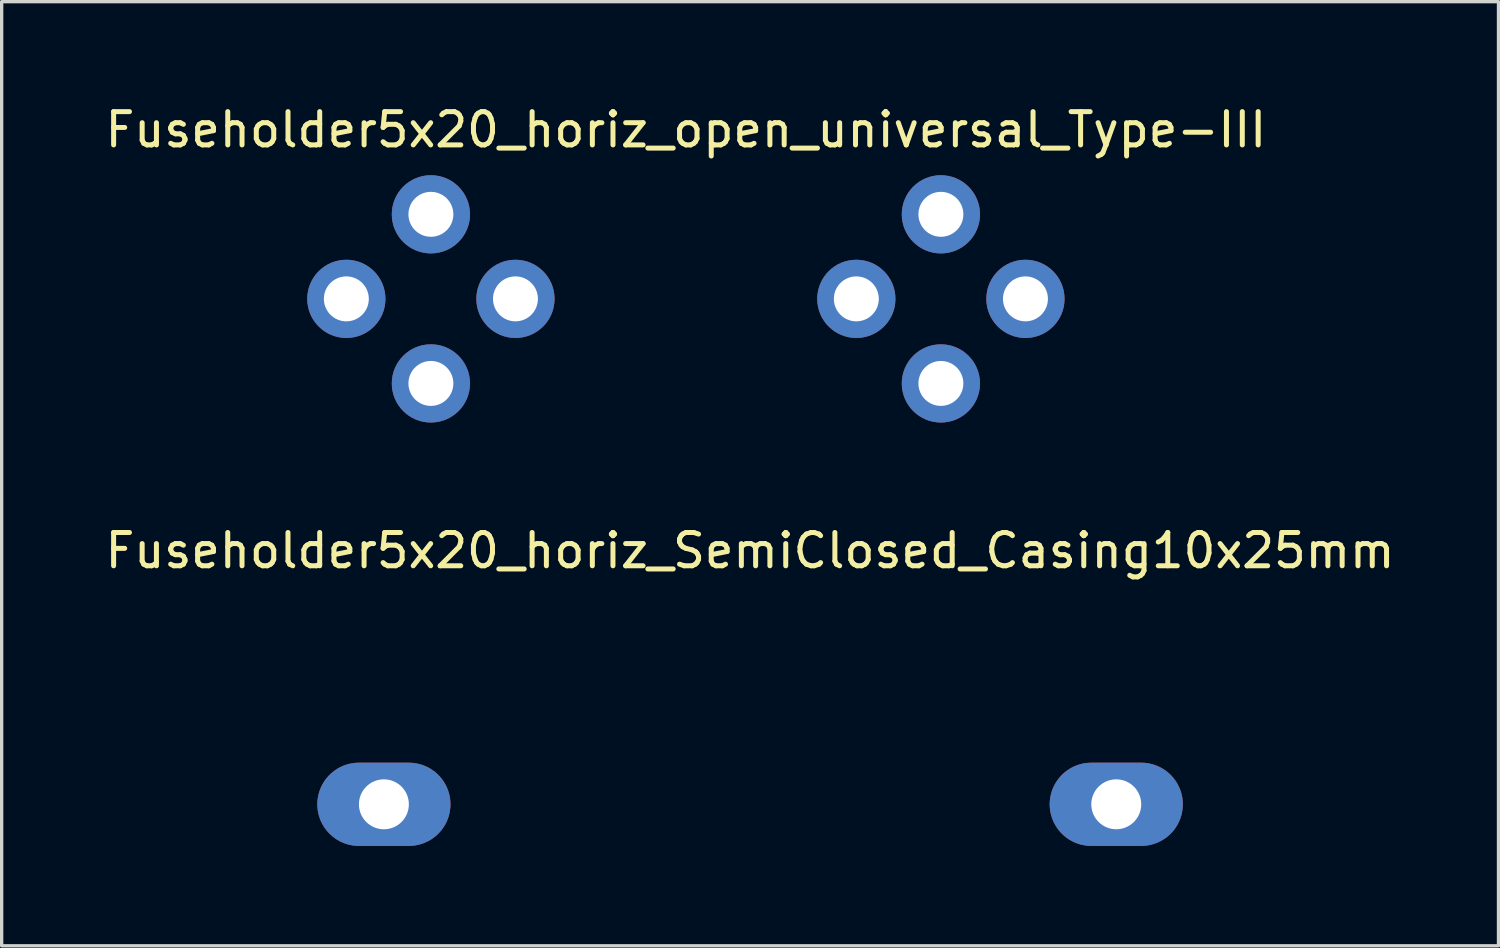
<source format=kicad_pcb>
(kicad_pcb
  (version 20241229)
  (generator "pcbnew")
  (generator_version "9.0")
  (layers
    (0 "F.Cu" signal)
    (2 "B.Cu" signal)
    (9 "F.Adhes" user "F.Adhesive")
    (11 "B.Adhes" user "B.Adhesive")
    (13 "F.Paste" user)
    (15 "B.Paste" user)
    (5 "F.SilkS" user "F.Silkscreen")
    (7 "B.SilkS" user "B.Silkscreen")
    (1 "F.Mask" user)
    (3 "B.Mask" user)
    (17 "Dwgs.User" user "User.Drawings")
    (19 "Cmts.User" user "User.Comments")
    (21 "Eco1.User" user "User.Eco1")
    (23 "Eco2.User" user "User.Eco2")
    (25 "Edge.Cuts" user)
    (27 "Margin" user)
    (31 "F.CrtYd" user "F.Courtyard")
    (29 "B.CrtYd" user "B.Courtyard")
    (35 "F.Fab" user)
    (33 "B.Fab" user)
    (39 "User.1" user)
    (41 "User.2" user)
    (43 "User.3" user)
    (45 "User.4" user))
  (footprint "Fuseholder5x20_horiz_open_universal_Type-III"
    (layer "F.Cu")
    (at 7.354 5.928)
    (property "Reference" "Fuseholder5x20_horiz_open_universal_Type-III" (at 10.2 -5.08 0) (layer "F.SilkS") (effects (font (size 1 1) (thickness 0.15))))
    (attr through_hole)
    (pad "1" thru_hole circle (at 0 0) (size 2.35 2.35) (drill 1.35) (layers "*.Cu" "*.Mask"))
    (pad "1" thru_hole circle (at 2.54 -2.54) (size 2.35 2.35) (drill 1.35) (layers "*.Cu" "*.Mask"))
    (pad "1" thru_hole circle (at 2.54 2.54) (size 2.35 2.35) (drill 1.35) (layers "*.Cu" "*.Mask"))
    (pad "1" thru_hole circle (at 5.08 0) (size 2.35 2.35) (drill 1.35) (layers "*.Cu" "*.Mask"))
    (pad "2" thru_hole circle (at 15.32 0) (size 2.35 2.35) (drill 1.35) (layers "*.Cu" "*.Mask"))
    (pad "2" thru_hole circle (at 17.86 -2.54) (size 2.35 2.35) (drill 1.35) (layers "*.Cu" "*.Mask"))
    (pad "2" thru_hole circle (at 17.86 2.54) (size 2.35 2.35) (drill 1.35) (layers "*.Cu" "*.Mask"))
    (pad "2" thru_hole circle (at 20.4 0) (size 2.35 2.35) (drill 1.35) (layers "*.Cu" "*.Mask")))
  (footprint "Fuseholder5x20_horiz_SemiClosed_Casing10x25mm"
    (layer "F.Cu")
    (at 8.482 21.111)
    (property "Reference" "Fuseholder5x20_horiz_SemiClosed_Casing10x25mm" (at 11 -7.62 0) (layer "F.SilkS") (effects (font (size 1 1) (thickness 0.15))))
    (attr through_hole)
    (pad "1" thru_hole oval (at 0 0 270) (size 2.5 4) (drill 1.5) (layers "*.Cu" "*.Mask"))
    (pad "2" thru_hole oval (at 22 0 270) (size 2.5 4) (drill 1.5) (layers "*.Cu" "*.Mask")))
  (gr_rect
    (start -3 -3)
    (end 41.964 25.361)
    (stroke (width 0.1) (type default))
    (fill no)
    (layer "Edge.Cuts")))
</source>
